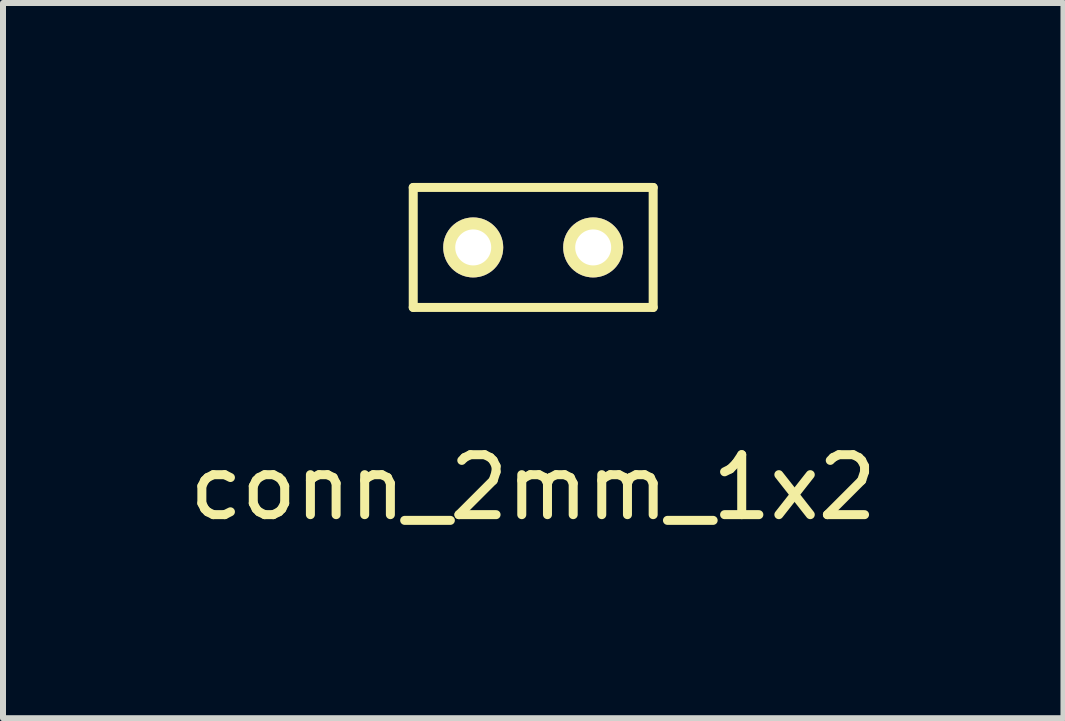
<source format=kicad_pcb>
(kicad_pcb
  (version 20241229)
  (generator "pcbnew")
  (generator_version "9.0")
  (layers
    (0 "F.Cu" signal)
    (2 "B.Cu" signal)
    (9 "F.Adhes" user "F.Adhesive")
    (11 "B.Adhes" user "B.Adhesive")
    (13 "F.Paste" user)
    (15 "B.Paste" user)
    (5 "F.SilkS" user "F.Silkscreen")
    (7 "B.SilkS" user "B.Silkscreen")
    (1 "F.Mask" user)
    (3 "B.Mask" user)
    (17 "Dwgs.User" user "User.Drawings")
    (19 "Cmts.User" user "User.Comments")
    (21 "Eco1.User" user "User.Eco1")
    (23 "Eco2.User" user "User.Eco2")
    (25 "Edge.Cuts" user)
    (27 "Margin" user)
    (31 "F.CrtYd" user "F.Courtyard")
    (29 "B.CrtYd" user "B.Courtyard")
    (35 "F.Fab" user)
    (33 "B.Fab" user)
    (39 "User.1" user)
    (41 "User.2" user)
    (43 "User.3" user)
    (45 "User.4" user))
  (footprint "conn_2mm_1x2"
    (layer "F.Cu")
    (at 5.839 1.075)
    (property "Reference" "conn_2mm_1x2" (at 0 4 0) (layer "F.SilkS") (effects (font (size 1 1) (thickness 0.15))))
    (attr through_hole)
    (fp_line (start -2 -1) (end -2 1) (stroke (width 0.15) (type solid)) (layer "F.SilkS"))
    (fp_line (start -2 1) (end 2 1) (stroke (width 0.15) (type solid)) (layer "F.SilkS"))
    (fp_line (start 2 -1) (end -2 -1) (stroke (width 0.15) (type solid)) (layer "F.SilkS"))
    (fp_line (start 2 1) (end 2 -1) (stroke (width 0.15) (type solid)) (layer "F.SilkS"))
    (pad "1" thru_hole circle (at -1 0) (size 1 1) (drill 0.6) (layers "*.Cu" "*.Mask" "F.SilkS"))
    (pad "2" thru_hole circle (at 1 0) (size 1 1) (drill 0.6) (layers "*.Cu" "*.Mask" "F.SilkS")))
  (gr_rect
    (start -3 -3)
    (end 14.679 8.923)
    (stroke (width 0.1) (type default))
    (fill no)
    (layer "Edge.Cuts")))
</source>
